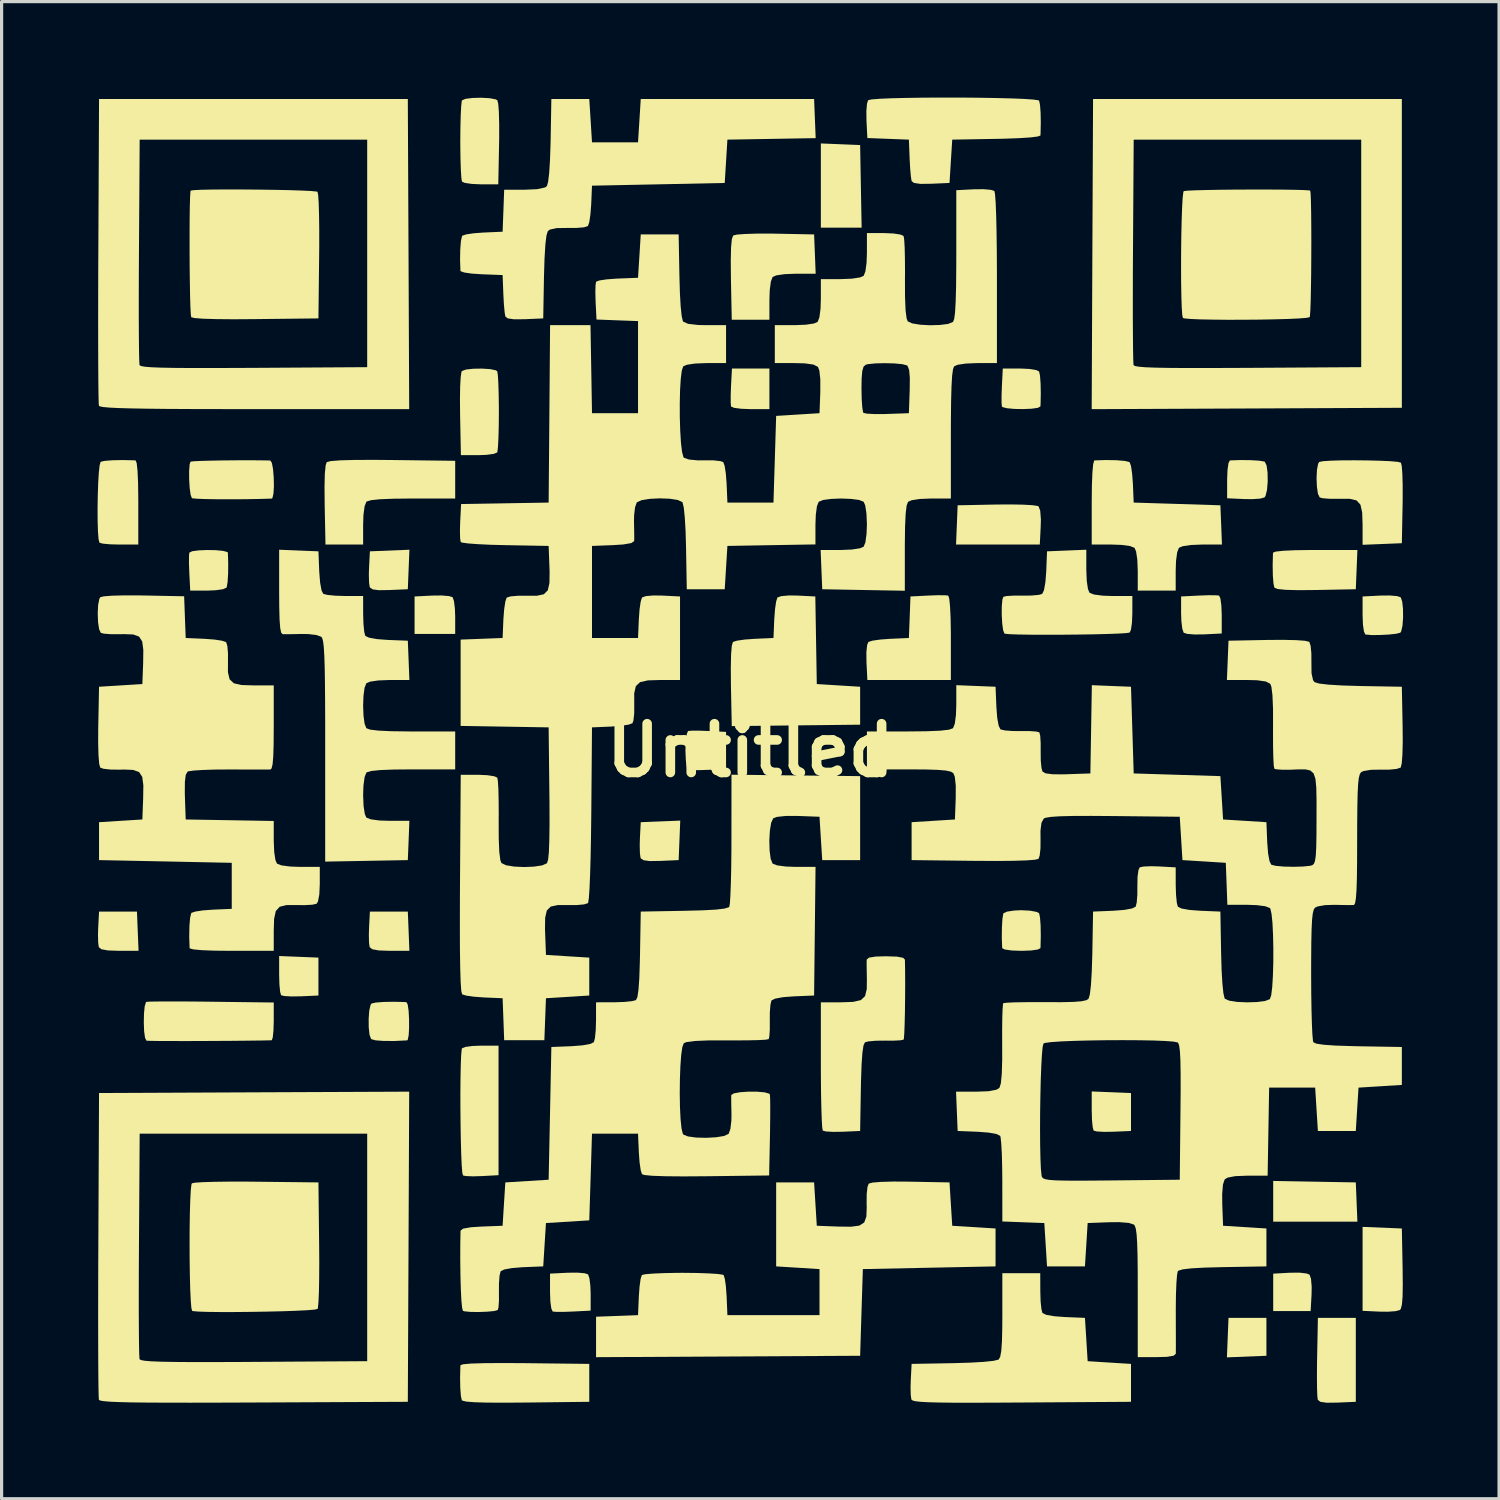
<source format=kicad_pcb>
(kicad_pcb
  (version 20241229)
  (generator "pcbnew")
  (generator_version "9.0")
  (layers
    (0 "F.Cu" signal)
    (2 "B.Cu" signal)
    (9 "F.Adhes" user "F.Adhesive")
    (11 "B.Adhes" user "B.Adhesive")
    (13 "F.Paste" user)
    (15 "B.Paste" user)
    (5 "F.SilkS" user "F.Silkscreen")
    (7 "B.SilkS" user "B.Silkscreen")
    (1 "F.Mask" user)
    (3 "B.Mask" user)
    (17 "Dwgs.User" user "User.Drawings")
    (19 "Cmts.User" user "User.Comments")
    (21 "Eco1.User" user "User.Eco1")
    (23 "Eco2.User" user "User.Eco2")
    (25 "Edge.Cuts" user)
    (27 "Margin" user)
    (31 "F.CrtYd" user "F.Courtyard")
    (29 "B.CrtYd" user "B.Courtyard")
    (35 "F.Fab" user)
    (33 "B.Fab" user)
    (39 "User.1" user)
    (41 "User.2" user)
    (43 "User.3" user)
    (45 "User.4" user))
  (footprint "Untitled"
    (layer "F.Cu")
    (at 20.408 20.407)
    (property "Reference" "Untitled" (at 0 0 0) (layer "F.SilkS") (effects (font (size 1.524 1.524) (thickness 0.3))))
    (attr board_only exclude_from_pos_files exclude_from_bom)
    (fp_poly (pts (xy 16.129 18.923) (xy 14.894 18.973) (xy 14.919 18.355) (xy 14.944 17.738) (xy 16.129 17.738)) (stroke (width 0) (type solid)) (fill yes) (layer "F.SilkS"))
    (fp_poly (pts (xy 2.815 -18.948) (xy 3.429 -18.923) (xy 3.452 -17.632) (xy 3.476 -16.341) (xy 2.201 -16.341) (xy 2.201 -18.973)) (stroke (width 0) (type solid)) (fill yes) (layer "F.SilkS"))
    (fp_poly (pts (xy 17.632 13.481) (xy 18.923 13.504) (xy 18.948 14.118) (xy 18.973 14.732) (xy 16.341 14.732) (xy 16.341 13.458)) (stroke (width 0) (type solid)) (fill yes) (layer "F.SilkS"))
    (fp_poly (pts (xy -19.127 6.265) (xy -19.726 6.265) (xy -20.081 6.253) (xy -20.289 6.215) (xy -20.37 6.15) (xy -20.389 6.007) (xy -20.395 5.757) (xy -20.388 5.536) (xy -20.362 5.038) (xy -19.177 5.038)) (stroke (width 0) (type solid)) (fill yes) (layer "F.SilkS"))
    (fp_poly (pts (xy -9.417 -4.823) (xy -9.309 -4.788) (xy -9.267 -4.666) (xy -9.238 -4.43) (xy -9.229 -4.174) (xy -9.229 -3.641) (xy -10.499 -3.641) (xy -10.499 -4.812) (xy -9.944 -4.84) (xy -9.647 -4.843)) (stroke (width 0) (type solid)) (fill yes) (layer "F.SilkS"))
    (fp_poly (pts (xy 17.391 16.352) (xy 17.478 16.389) (xy 17.523 16.521) (xy 17.544 16.769) (xy 17.54 17.003) (xy 17.511 17.526) (xy 16.341 17.526) (xy 16.341 16.356) (xy 16.864 16.327) (xy 17.167 16.325)) (stroke (width 0) (type solid)) (fill yes) (layer "F.SilkS"))
    (fp_poly (pts (xy -10.685 5.652) (xy -10.661 6.265) (xy -11.26 6.265) (xy -11.614 6.253) (xy -11.822 6.215) (xy -11.903 6.15) (xy -11.923 6.007) (xy -11.928 5.757) (xy -11.921 5.536) (xy -11.896 5.038) (xy -10.71 5.038)) (stroke (width 0) (type solid)) (fill yes) (layer "F.SilkS"))
    (fp_poly (pts (xy 0.593 -10.668) (xy 0.007 -10.668) (xy -0.288 -10.679) (xy -0.508 -10.708) (xy -0.606 -10.749) (xy -0.607 -10.751) (xy -0.617 -10.873) (xy -0.617 -11.111) (xy -0.607 -11.386) (xy -0.578 -11.938) (xy 0.593 -11.938)) (stroke (width 0) (type solid)) (fill yes) (layer "F.SilkS"))
    (fp_poly (pts (xy -14.118 6.452) (xy -13.504 6.477) (xy -13.504 7.662) (xy -14.058 7.687) (xy -14.351 7.691) (xy -14.573 7.678) (xy -14.672 7.652) (xy -14.702 7.542) (xy -14.724 7.313) (xy -14.732 7.013) (xy -14.732 7.01) (xy -14.732 6.427)) (stroke (width 0) (type solid)) (fill yes) (layer "F.SilkS"))
    (fp_poly (pts (xy -10.71 -5.038) (xy -11.283 -5.013) (xy -11.614 -5.008) (xy -11.807 -5.033) (xy -11.895 -5.093) (xy -11.901 -5.107) (xy -11.922 -5.252) (xy -11.928 -5.504) (xy -11.921 -5.724) (xy -11.896 -6.223) (xy -11.278 -6.248) (xy -10.66 -6.273)) (stroke (width 0) (type solid)) (fill yes) (layer "F.SilkS"))
    (fp_poly (pts (xy 8.524 -7.682) (xy 8.816 -7.665) (xy 8.983 -7.64) (xy 9.005 -7.63) (xy 9.058 -7.495) (xy 9.079 -7.221) (xy 9.073 -6.992) (xy 9.045 -6.435) (xy 6.427 -6.435) (xy 6.477 -7.662) (xy 7.693 -7.686) (xy 8.138 -7.689)) (stroke (width 0) (type solid)) (fill yes) (layer "F.SilkS"))
    (fp_poly (pts (xy 11.282 10.685) (xy 11.896 10.71) (xy 11.896 11.896) (xy 11.342 11.92) (xy 11.049 11.924) (xy 10.827 11.911) (xy 10.728 11.885) (xy 10.698 11.776) (xy 10.676 11.547) (xy 10.668 11.247) (xy 10.668 11.243) (xy 10.668 10.661)) (stroke (width 0) (type solid)) (fill yes) (layer "F.SilkS"))
    (fp_poly (pts (xy 20.362 14.944) (xy 20.386 16.18) (xy 20.391 16.702) (xy 20.385 17.075) (xy 20.365 17.319) (xy 20.331 17.454) (xy 20.301 17.493) (xy 20.164 17.529) (xy 19.916 17.546) (xy 19.664 17.543) (xy 19.135 17.518) (xy 19.135 14.894)) (stroke (width 0) (type solid)) (fill yes) (layer "F.SilkS"))
    (fp_poly (pts (xy -2.219 2.811) (xy -2.244 3.429) (xy -2.816 3.454) (xy -3.147 3.459) (xy -3.341 3.433) (xy -3.428 3.373) (xy -3.435 3.36) (xy -3.455 3.214) (xy -3.461 2.962) (xy -3.455 2.742) (xy -3.429 2.244) (xy -2.811 2.219) (xy -2.194 2.194)) (stroke (width 0) (type solid)) (fill yes) (layer "F.SilkS"))
    (fp_poly (pts (xy 18.923 20.362) (xy 18.35 20.387) (xy 18.013 20.391) (xy 17.817 20.363) (xy 17.735 20.301) (xy 17.734 20.299) (xy 17.72 20.177) (xy 17.711 19.919) (xy 17.708 19.56) (xy 17.711 19.132) (xy 17.714 18.961) (xy 17.738 17.738) (xy 18.923 17.738)) (stroke (width 0) (type solid)) (fill yes) (layer "F.SilkS"))
    (fp_poly (pts (xy -5.184 16.343) (xy -5.075 16.379) (xy -5.033 16.501) (xy -5.004 16.737) (xy -4.995 16.985) (xy -4.995 17.512) (xy -5.547 17.54) (xy -5.844 17.551) (xy -6.075 17.55) (xy -6.182 17.54) (xy -6.224 17.448) (xy -6.254 17.232) (xy -6.265 16.94) (xy -6.265 16.934) (xy -6.265 16.355) (xy -5.71 16.327) (xy -5.414 16.324)) (stroke (width 0) (type solid)) (fill yes) (layer "F.SilkS"))
    (fp_poly (pts (xy -1.589 -0.617) (xy -1.314 -0.607) (xy -0.762 -0.578) (xy -0.762 0.578) (xy -1.314 0.607) (xy -1.611 0.617) (xy -1.841 0.617) (xy -1.949 0.607) (xy -1.991 0.514) (xy -2.02 0.299) (xy -2.032 0.007) (xy -2.032 0) (xy -2.021 -0.293) (xy -1.991 -0.511) (xy -1.95 -0.606) (xy -1.949 -0.607) (xy -1.827 -0.617)) (stroke (width 0) (type solid)) (fill yes) (layer "F.SilkS"))
    (fp_poly (pts (xy 14.541 -4.85) (xy 14.649 -4.84) (xy 14.691 -4.748) (xy 14.72 -4.532) (xy 14.732 -4.24) (xy 14.732 -4.234) (xy 14.732 -3.655) (xy 14.177 -3.627) (xy 13.88 -3.624) (xy 13.65 -3.643) (xy 13.542 -3.679) (xy 13.5 -3.801) (xy 13.471 -4.037) (xy 13.462 -4.285) (xy 13.462 -4.812) (xy 14.014 -4.84) (xy 14.311 -4.851)) (stroke (width 0) (type solid)) (fill yes) (layer "F.SilkS"))
    (fp_poly (pts (xy 18.923 -5.038) (xy 17.681 -5.014) (xy 17.123 -5.009) (xy 16.726 -5.02) (xy 16.481 -5.045) (xy 16.379 -5.086) (xy 16.379 -5.087) (xy 16.349 -5.218) (xy 16.33 -5.467) (xy 16.324 -5.783) (xy 16.332 -6.113) (xy 16.335 -6.181) (xy 16.42 -6.215) (xy 16.659 -6.241) (xy 17.038 -6.258) (xy 17.542 -6.265) (xy 17.657 -6.265) (xy 18.973 -6.265)) (stroke (width 0) (type solid)) (fill yes) (layer "F.SilkS"))
    (fp_poly (pts (xy -7.048 19.154) (xy -5.038 19.177) (xy -5.038 20.362) (xy -7 20.385) (xy -7.702 20.39) (xy -8.245 20.387) (xy -8.637 20.375) (xy -8.889 20.354) (xy -9.01 20.323) (xy -9.022 20.313) (xy -9.051 20.181) (xy -9.07 19.932) (xy -9.076 19.615) (xy -9.068 19.282) (xy -9.065 19.218) (xy -8.978 19.188) (xy -8.726 19.166) (xy -8.311 19.154) (xy -7.736 19.15)) (stroke (width 0) (type solid)) (fill yes) (layer "F.SilkS"))
    (fp_poly (pts (xy -16.711 -6.259) (xy -16.483 -6.237) (xy -16.35 -6.2) (xy -16.335 -6.181) (xy -16.324 -5.857) (xy -16.327 -5.536) (xy -16.343 -5.268) (xy -16.37 -5.106) (xy -16.377 -5.089) (xy -16.488 -5.039) (xy -16.719 -5.006) (xy -16.973 -4.995) (xy -17.512 -4.995) (xy -17.54 -5.547) (xy -17.551 -5.844) (xy -17.55 -6.075) (xy -17.54 -6.182) (xy -17.449 -6.226) (xy -17.246 -6.253) (xy -16.983 -6.264)) (stroke (width 0) (type solid)) (fill yes) (layer "F.SilkS"))
    (fp_poly (pts (xy 8.721 -11.924) (xy 8.937 -11.888) (xy 9.023 -11.844) (xy 9.051 -11.715) (xy 9.07 -11.467) (xy 9.076 -11.154) (xy 9.069 -10.826) (xy 9.065 -10.753) (xy 8.986 -10.709) (xy 8.79 -10.681) (xy 8.53 -10.67) (xy 8.257 -10.674) (xy 8.023 -10.695) (xy 7.88 -10.731) (xy 7.86 -10.751) (xy 7.849 -10.873) (xy 7.85 -11.111) (xy 7.86 -11.386) (xy 7.888 -11.938) (xy 8.427 -11.938)) (stroke (width 0) (type solid)) (fill yes) (layer "F.SilkS"))
    (fp_poly (pts (xy 15.631 -9.073) (xy 15.898 -9.057) (xy 16.06 -9.03) (xy 16.078 -9.023) (xy 16.135 -8.905) (xy 16.165 -8.681) (xy 16.169 -8.408) (xy 16.148 -8.147) (xy 16.102 -7.958) (xy 16.066 -7.906) (xy 15.929 -7.87) (xy 15.682 -7.854) (xy 15.431 -7.857) (xy 14.901 -7.882) (xy 14.901 -8.471) (xy 14.913 -8.771) (xy 14.943 -8.982) (xy 14.986 -9.065) (xy 14.986 -9.065) (xy 15.31 -9.076)) (stroke (width 0) (type solid)) (fill yes) (layer "F.SilkS"))
    (fp_poly (pts (xy -7.874 13.278) (xy -8.391 13.306) (xy -8.677 13.314) (xy -8.896 13.305) (xy -8.986 13.286) (xy -9.008 13.192) (xy -9.026 12.958) (xy -9.041 12.613) (xy -9.053 12.186) (xy -9.061 11.706) (xy -9.066 11.202) (xy -9.067 10.704) (xy -9.063 10.241) (xy -9.055 9.841) (xy -9.043 9.534) (xy -9.026 9.349) (xy -9.016 9.311) (xy -8.911 9.269) (xy -8.687 9.239) (xy -8.419 9.229) (xy -7.874 9.229)) (stroke (width 0) (type solid)) (fill yes) (layer "F.SilkS"))
    (fp_poly (pts (xy 20.216 -4.823) (xy 20.325 -4.788) (xy 20.373 -4.657) (xy 20.398 -4.426) (xy 20.401 -4.153) (xy 20.382 -3.898) (xy 20.342 -3.721) (xy 20.312 -3.678) (xy 20.182 -3.646) (xy 19.946 -3.621) (xy 19.667 -3.607) (xy 19.409 -3.606) (xy 19.235 -3.622) (xy 19.219 -3.627) (xy 19.177 -3.719) (xy 19.146 -3.934) (xy 19.135 -4.226) (xy 19.135 -4.233) (xy 19.135 -4.812) (xy 19.69 -4.84) (xy 19.986 -4.843)) (stroke (width 0) (type solid)) (fill yes) (layer "F.SilkS"))
    (fp_poly (pts (xy 6.076 -4.85) (xy 6.182 -4.84) (xy 6.214 -4.747) (xy 6.239 -4.507) (xy 6.257 -4.141) (xy 6.265 -3.67) (xy 6.265 -3.507) (xy 6.265 -2.201) (xy 3.655 -2.201) (xy 3.627 -2.759) (xy 3.624 -3.07) (xy 3.648 -3.297) (xy 3.687 -3.39) (xy 3.811 -3.43) (xy 4.052 -3.465) (xy 4.359 -3.488) (xy 4.364 -3.488) (xy 4.953 -3.514) (xy 4.978 -4.163) (xy 5.002 -4.812) (xy 5.551 -4.84) (xy 5.847 -4.851)) (stroke (width 0) (type solid)) (fill yes) (layer "F.SilkS"))
    (fp_poly (pts (xy -11.191 -9.077) (xy -9.229 -9.053) (xy -9.229 -7.874) (xy -10.566 -7.874) (xy -11.153 -7.868) (xy -11.581 -7.851) (xy -11.859 -7.822) (xy -11.996 -7.78) (xy -12.006 -7.772) (xy -12.061 -7.631) (xy -12.097 -7.361) (xy -12.107 -7.053) (xy -12.107 -6.435) (xy -13.284 -6.435) (xy -13.309 -7.678) (xy -13.314 -8.237) (xy -13.304 -8.653) (xy -13.278 -8.915) (xy -13.244 -9.011) (xy -13.122 -9.044) (xy -12.832 -9.067) (xy -12.375 -9.08) (xy -11.748 -9.082)) (stroke (width 0) (type solid)) (fill yes) (layer "F.SilkS"))
    (fp_poly (pts (xy -10.826 7.865) (xy -10.753 7.869) (xy -10.713 7.947) (xy -10.685 8.142) (xy -10.671 8.402) (xy -10.67 8.673) (xy -10.683 8.905) (xy -10.712 9.045) (xy -10.732 9.064) (xy -11.12 9.083) (xy -11.464 9.082) (xy -11.722 9.062) (xy -11.855 9.024) (xy -11.858 9.021) (xy -11.907 8.89) (xy -11.932 8.659) (xy -11.934 8.386) (xy -11.915 8.131) (xy -11.874 7.953) (xy -11.844 7.911) (xy -11.715 7.882) (xy -11.467 7.863) (xy -11.154 7.857)) (stroke (width 0) (type solid)) (fill yes) (layer "F.SilkS"))
    (fp_poly (pts (xy 0.774 -16.153) (xy 1.99 -16.129) (xy 2.015 -15.515) (xy 2.039 -14.901) (xy 1.418 -14.901) (xy 1.065 -14.887) (xy 0.809 -14.849) (xy 0.694 -14.8) (xy 0.639 -14.659) (xy 0.603 -14.388) (xy 0.593 -14.08) (xy 0.593 -13.462) (xy -0.584 -13.462) (xy -0.61 -14.739) (xy -0.615 -15.311) (xy -0.606 -15.723) (xy -0.581 -15.981) (xy -0.54 -16.095) (xy -0.539 -16.096) (xy -0.423 -16.124) (xy -0.17 -16.143) (xy 0.187 -16.154) (xy 0.616 -16.155)) (stroke (width 0) (type solid)) (fill yes) (layer "F.SilkS"))
    (fp_poly (pts (xy 8.744 5.01) (xy 8.948 5.049) (xy 9.023 5.089) (xy 9.051 5.219) (xy 9.07 5.466) (xy 9.076 5.779) (xy 9.069 6.107) (xy 9.065 6.181) (xy 8.984 6.224) (xy 8.773 6.254) (xy 8.473 6.265) (xy 8.467 6.265) (xy 8.165 6.254) (xy 7.952 6.224) (xy 7.869 6.182) (xy 7.869 6.181) (xy 7.857 5.857) (xy 7.861 5.536) (xy 7.877 5.268) (xy 7.903 5.106) (xy 7.911 5.089) (xy 8.021 5.039) (xy 8.246 5.005) (xy 8.467 4.995)) (stroke (width 0) (type solid)) (fill yes) (layer "F.SilkS"))
    (fp_poly (pts (xy -19.293 -9.069) (xy -19.219 -9.065) (xy -19.185 -8.98) (xy -19.159 -8.741) (xy -19.142 -8.362) (xy -19.135 -7.858) (xy -19.135 -7.747) (xy -19.135 -6.435) (xy -19.713 -6.435) (xy -20.012 -6.442) (xy -20.24 -6.463) (xy -20.348 -6.491) (xy -20.348 -6.491) (xy -20.377 -6.601) (xy -20.396 -6.841) (xy -20.406 -7.173) (xy -20.408 -7.56) (xy -20.402 -7.965) (xy -20.389 -8.351) (xy -20.369 -8.68) (xy -20.343 -8.916) (xy -20.312 -9.022) (xy -20.311 -9.023) (xy -20.181 -9.051) (xy -19.934 -9.07) (xy -19.621 -9.076)) (stroke (width 0) (type solid)) (fill yes) (layer "F.SilkS"))
    (fp_poly (pts (xy -8.159 -20.388) (xy -7.967 -20.353) (xy -7.912 -20.324) (xy -7.884 -20.213) (xy -7.864 -19.96) (xy -7.854 -19.594) (xy -7.854 -19.143) (xy -7.857 -18.97) (xy -7.882 -17.695) (xy -8.424 -17.695) (xy -8.711 -17.708) (xy -8.927 -17.74) (xy -9.017 -17.78) (xy -9.036 -17.892) (xy -9.052 -18.139) (xy -9.064 -18.49) (xy -9.069 -18.91) (xy -9.07 -19.05) (xy -9.066 -19.485) (xy -9.056 -19.861) (xy -9.041 -20.144) (xy -9.023 -20.302) (xy -9.017 -20.32) (xy -8.907 -20.368) (xy -8.688 -20.395) (xy -8.419 -20.402)) (stroke (width 0) (type solid)) (fill yes) (layer "F.SilkS"))
    (fp_poly (pts (xy -8.138 -11.919) (xy -7.96 -11.882) (xy -7.916 -11.853) (xy -7.897 -11.742) (xy -7.881 -11.494) (xy -7.87 -11.143) (xy -7.864 -10.723) (xy -7.864 -10.583) (xy -7.867 -10.148) (xy -7.877 -9.773) (xy -7.892 -9.489) (xy -7.91 -9.332) (xy -7.916 -9.314) (xy -8.022 -9.27) (xy -8.247 -9.239) (xy -8.51 -9.229) (xy -9.051 -9.229) (xy -9.076 -10.503) (xy -9.08 -10.978) (xy -9.074 -11.377) (xy -9.057 -11.672) (xy -9.032 -11.837) (xy -9.021 -11.858) (xy -8.893 -11.905) (xy -8.664 -11.931) (xy -8.392 -11.935)) (stroke (width 0) (type solid)) (fill yes) (layer "F.SilkS"))
    (fp_poly (pts (xy 1.472 -4.84) (xy 2.028 -4.812) (xy 2.051 -3.443) (xy 2.074 -2.074) (xy 2.752 -2.032) (xy 3.429 -1.99) (xy 3.429 -0.804) (xy 1.422 -0.782) (xy -0.584 -0.759) (xy -0.61 -2.038) (xy -0.614 -2.589) (xy -0.605 -3.006) (xy -0.582 -3.277) (xy -0.547 -3.39) (xy -0.423 -3.43) (xy -0.181 -3.465) (xy 0.126 -3.488) (xy 0.131 -3.488) (xy 0.72 -3.514) (xy 0.745 -4.103) (xy 0.768 -4.41) (xy 0.803 -4.653) (xy 0.843 -4.779) (xy 0.843 -4.78) (xy 0.964 -4.823) (xy 1.206 -4.844)) (stroke (width 0) (type solid)) (fill yes) (layer "F.SilkS"))
    (fp_poly (pts (xy -15.214 -9.066) (xy -15.007 -9.062) (xy -14.959 -8.985) (xy -14.923 -8.792) (xy -14.902 -8.535) (xy -14.896 -8.264) (xy -14.909 -8.033) (xy -14.941 -7.892) (xy -14.965 -7.871) (xy -15.36 -7.86) (xy -15.799 -7.852) (xy -16.246 -7.85) (xy -16.668 -7.851) (xy -17.032 -7.857) (xy -17.303 -7.867) (xy -17.447 -7.881) (xy -17.459 -7.885) (xy -17.499 -7.988) (xy -17.529 -8.202) (xy -17.545 -8.471) (xy -17.546 -8.737) (xy -17.53 -8.943) (xy -17.503 -9.026) (xy -17.411 -9.038) (xy -17.184 -9.049) (xy -16.856 -9.058) (xy -16.461 -9.065) (xy -16.032 -9.069) (xy -15.605 -9.07)) (stroke (width 0) (type solid)) (fill yes) (layer "F.SilkS"))
    (fp_poly (pts (xy -17.694 7.848) (xy -17.161 7.852) (xy -16.849 7.856) (xy -14.901 7.88) (xy -14.901 8.47) (xy -14.91 8.761) (xy -14.932 8.973) (xy -14.963 9.061) (xy -14.965 9.061) (xy -15.285 9.068) (xy -15.696 9.073) (xy -16.172 9.078) (xy -16.682 9.081) (xy -17.199 9.084) (xy -17.694 9.085) (xy -18.137 9.084) (xy -18.501 9.083) (xy -18.757 9.079) (xy -18.877 9.074) (xy -18.881 9.073) (xy -18.925 8.981) (xy -18.953 8.773) (xy -18.963 8.504) (xy -18.957 8.229) (xy -18.935 7.999) (xy -18.895 7.87) (xy -18.881 7.86) (xy -18.776 7.853) (xy -18.526 7.849) (xy -18.157 7.847)) (stroke (width 0) (type solid)) (fill yes) (layer "F.SilkS"))
    (fp_poly (pts (xy 20.362 -10.71) (xy 15.514 -10.688) (xy 10.667 -10.667) (xy 10.682 -14.166) (xy 11.953 -14.166) (xy 11.953 -13.533) (xy 11.956 -12.989) (xy 11.96 -12.551) (xy 11.966 -12.237) (xy 11.973 -12.067) (xy 11.977 -12.043) (xy 12.021 -12.016) (xy 12.139 -11.994) (xy 12.343 -11.977) (xy 12.646 -11.965) (xy 13.061 -11.957) (xy 13.601 -11.953) (xy 14.279 -11.953) (xy 15.108 -11.956) (xy 15.555 -11.958) (xy 19.092 -11.98) (xy 19.092 -19.092) (xy 11.98 -19.092) (xy 11.958 -15.621) (xy 11.954 -14.868) (xy 11.953 -14.166) (xy 10.682 -14.166) (xy 10.688 -15.514) (xy 10.71 -20.362) (xy 20.362 -20.362)) (stroke (width 0) (type solid)) (fill yes) (layer "F.SilkS"))
    (fp_poly (pts (xy 19.293 -9.065) (xy 19.68 -9.055) (xy 20.008 -9.04) (xy 20.239 -9.019) (xy 20.334 -8.994) (xy 20.36 -8.887) (xy 20.378 -8.642) (xy 20.388 -8.293) (xy 20.388 -7.872) (xy 20.386 -7.698) (xy 20.362 -6.477) (xy 19.135 -6.427) (xy 19.135 -7.056) (xy 19.122 -7.438) (xy 19.068 -7.682) (xy 18.945 -7.815) (xy 18.726 -7.866) (xy 18.392 -7.866) (xy 18.106 -7.865) (xy 17.884 -7.883) (xy 17.795 -7.907) (xy 17.74 -8.021) (xy 17.707 -8.243) (xy 17.696 -8.513) (xy 17.709 -8.772) (xy 17.745 -8.961) (xy 17.78 -9.017) (xy 17.901 -9.041) (xy 18.151 -9.057) (xy 18.491 -9.067) (xy 18.884 -9.069)) (stroke (width 0) (type solid)) (fill yes) (layer "F.SilkS"))
    (fp_poly (pts (xy 11.437 -9.071) (xy 11.698 -9.049) (xy 11.844 -9.014) (xy 11.855 -9.006) (xy 11.896 -8.89) (xy 11.931 -8.654) (xy 11.954 -8.35) (xy 11.955 -8.34) (xy 11.98 -7.747) (xy 13.335 -7.705) (xy 14.69 -7.662) (xy 14.715 -7.048) (xy 14.739 -6.435) (xy 14.118 -6.435) (xy 13.765 -6.421) (xy 13.509 -6.382) (xy 13.394 -6.333) (xy 13.339 -6.192) (xy 13.303 -5.921) (xy 13.293 -5.613) (xy 13.293 -4.995) (xy 12.107 -4.995) (xy 12.107 -5.613) (xy 12.093 -5.964) (xy 12.055 -6.219) (xy 12.006 -6.333) (xy 11.865 -6.388) (xy 11.594 -6.424) (xy 11.286 -6.435) (xy 10.668 -6.435) (xy 10.668 -7.747) (xy 10.673 -8.274) (xy 10.689 -8.678) (xy 10.713 -8.945) (xy 10.745 -9.061) (xy 10.753 -9.065) (xy 11.107 -9.077)) (stroke (width 0) (type solid)) (fill yes) (layer "F.SilkS"))
    (fp_poly (pts (xy -15.903 -17.534) (xy -15.399 -17.53) (xy -14.901 -17.523) (xy -14.44 -17.514) (xy -14.044 -17.501) (xy -13.743 -17.487) (xy -13.565 -17.47) (xy -13.532 -17.46) (xy -13.512 -17.358) (xy -13.496 -17.111) (xy -13.485 -16.745) (xy -13.479 -16.284) (xy -13.479 -15.753) (xy -13.482 -15.446) (xy -13.504 -13.504) (xy -15.467 -13.482) (xy -16.139 -13.477) (xy -16.688 -13.482) (xy -17.102 -13.494) (xy -17.37 -13.514) (xy -17.48 -13.541) (xy -17.481 -13.543) (xy -17.495 -13.646) (xy -17.507 -13.887) (xy -17.517 -14.238) (xy -17.524 -14.668) (xy -17.53 -15.149) (xy -17.532 -15.652) (xy -17.532 -16.148) (xy -17.53 -16.606) (xy -17.525 -16.998) (xy -17.516 -17.295) (xy -17.505 -17.467) (xy -17.498 -17.498) (xy -17.4 -17.513) (xy -17.162 -17.525) (xy -16.814 -17.532) (xy -16.384 -17.535)) (stroke (width 0) (type solid)) (fill yes) (layer "F.SilkS"))
    (fp_poly (pts (xy -15.753 13.479) (xy -15.446 13.482) (xy -13.504 13.504) (xy -13.482 15.446) (xy -13.478 16.004) (xy -13.481 16.506) (xy -13.489 16.926) (xy -13.503 17.241) (xy -13.52 17.424) (xy -13.531 17.46) (xy -13.633 17.481) (xy -13.873 17.5) (xy -14.224 17.517) (xy -14.655 17.532) (xy -15.137 17.543) (xy -15.64 17.551) (xy -16.134 17.556) (xy -16.59 17.556) (xy -16.978 17.551) (xy -17.268 17.541) (xy -17.431 17.526) (xy -17.453 17.519) (xy -17.477 17.423) (xy -17.496 17.187) (xy -17.512 16.84) (xy -17.523 16.411) (xy -17.53 15.93) (xy -17.532 15.425) (xy -17.53 14.926) (xy -17.523 14.462) (xy -17.511 14.062) (xy -17.495 13.755) (xy -17.474 13.57) (xy -17.46 13.532) (xy -17.358 13.512) (xy -17.111 13.496) (xy -16.745 13.485) (xy -16.284 13.479)) (stroke (width 0) (type solid)) (fill yes) (layer "F.SilkS"))
    (fp_poly (pts (xy 9.061 16.912) (xy 9.07 17.218) (xy 9.095 17.461) (xy 9.127 17.585) (xy 9.244 17.643) (xy 9.494 17.687) (xy 9.824 17.712) (xy 10.456 17.738) (xy 10.499 18.415) (xy 10.541 19.092) (xy 11.218 19.135) (xy 11.896 19.177) (xy 11.896 20.362) (xy 8.486 20.384) (xy 7.615 20.389) (xy 6.9 20.391) (xy 6.325 20.39) (xy 5.877 20.384) (xy 5.541 20.375) (xy 5.302 20.361) (xy 5.147 20.342) (xy 5.061 20.317) (xy 5.031 20.29) (xy 5.011 20.146) (xy 5.005 19.896) (xy 5.012 19.676) (xy 5.038 19.177) (xy 6.344 19.154) (xy 6.866 19.138) (xy 7.288 19.114) (xy 7.591 19.082) (xy 7.75 19.045) (xy 7.762 19.037) (xy 7.808 18.952) (xy 7.841 18.77) (xy 7.862 18.474) (xy 7.872 18.041) (xy 7.874 17.643) (xy 7.874 16.341) (xy 9.059 16.341)) (stroke (width 0) (type solid)) (fill yes) (layer "F.SilkS"))
    (fp_poly (pts (xy 6.54 -20.407) (xy 7.117 -20.402) (xy 7.661 -20.393) (xy 8.146 -20.381) (xy 8.549 -20.365) (xy 8.842 -20.345) (xy 9.002 -20.322) (xy 9.023 -20.311) (xy 9.051 -20.182) (xy 9.07 -19.936) (xy 9.076 -19.625) (xy 9.069 -19.301) (xy 9.065 -19.221) (xy 8.981 -19.19) (xy 8.749 -19.161) (xy 8.389 -19.138) (xy 7.922 -19.121) (xy 7.684 -19.116) (xy 6.308 -19.092) (xy 6.265 -18.415) (xy 6.223 -17.738) (xy 5.65 -17.713) (xy 5.309 -17.709) (xy 5.111 -17.739) (xy 5.038 -17.797) (xy 5.016 -17.933) (xy 4.993 -18.184) (xy 4.976 -18.496) (xy 4.976 -18.5) (xy 4.953 -19.092) (xy 4.304 -19.117) (xy 3.655 -19.142) (xy 3.627 -19.693) (xy 3.624 -19.989) (xy 3.644 -20.218) (xy 3.679 -20.325) (xy 3.785 -20.349) (xy 4.034 -20.369) (xy 4.401 -20.385) (xy 4.86 -20.396) (xy 5.386 -20.404) (xy 5.954 -20.407)) (stroke (width 0) (type solid)) (fill yes) (layer "F.SilkS"))
    (fp_poly (pts (xy 10.499 -5.651) (xy 10.513 -5.298) (xy 10.551 -5.042) (xy 10.6 -4.928) (xy 10.741 -4.872) (xy 11.012 -4.837) (xy 11.32 -4.826) (xy 11.938 -4.826) (xy 11.938 -4.281) (xy 11.926 -3.992) (xy 11.895 -3.776) (xy 11.856 -3.685) (xy 11.747 -3.667) (xy 11.498 -3.652) (xy 11.141 -3.639) (xy 10.704 -3.628) (xy 10.219 -3.621) (xy 9.714 -3.616) (xy 9.22 -3.615) (xy 8.767 -3.617) (xy 8.386 -3.623) (xy 8.105 -3.633) (xy 7.955 -3.647) (xy 7.941 -3.652) (xy 7.899 -3.756) (xy 7.87 -3.972) (xy 7.855 -4.242) (xy 7.857 -4.51) (xy 7.876 -4.717) (xy 7.906 -4.801) (xy 8.011 -4.826) (xy 8.235 -4.839) (xy 8.487 -4.838) (xy 8.782 -4.841) (xy 9.014 -4.862) (xy 9.119 -4.891) (xy 9.176 -5.009) (xy 9.22 -5.259) (xy 9.246 -5.59) (xy 9.271 -6.223) (xy 9.885 -6.248) (xy 10.499 -6.273)) (stroke (width 0) (type solid)) (fill yes) (layer "F.SilkS"))
    (fp_poly (pts (xy 4.579 6.446) (xy 4.773 6.483) (xy 4.829 6.54) (xy 4.835 6.909) (xy 4.837 7.328) (xy 4.834 7.765) (xy 4.829 8.185) (xy 4.82 8.555) (xy 4.809 8.842) (xy 4.796 9.01) (xy 4.789 9.04) (xy 4.686 9.062) (xy 4.465 9.073) (xy 4.213 9.072) (xy 3.918 9.075) (xy 3.685 9.096) (xy 3.579 9.126) (xy 3.534 9.221) (xy 3.5 9.447) (xy 3.474 9.816) (xy 3.456 10.34) (xy 3.452 10.545) (xy 3.429 11.896) (xy 2.875 11.92) (xy 2.582 11.924) (xy 2.36 11.911) (xy 2.261 11.885) (xy 2.244 11.787) (xy 2.229 11.544) (xy 2.217 11.18) (xy 2.207 10.72) (xy 2.202 10.189) (xy 2.201 9.85) (xy 2.201 7.874) (xy 2.826 7.874) (xy 3.207 7.861) (xy 3.45 7.806) (xy 3.583 7.681) (xy 3.636 7.46) (xy 3.64 7.138) (xy 3.634 6.852) (xy 3.632 6.629) (xy 3.634 6.54) (xy 3.704 6.478) (xy 3.916 6.444) (xy 4.233 6.435)) (stroke (width 0) (type solid)) (fill yes) (layer "F.SilkS"))
    (fp_poly (pts (xy -10.688 -15.515) (xy -10.667 -10.668) (xy -15.496 -10.668) (xy -16.567 -10.669) (xy -17.48 -10.671) (xy -18.245 -10.675) (xy -18.873 -10.682) (xy -19.374 -10.691) (xy -19.76 -10.702) (xy -20.042 -10.716) (xy -20.23 -10.733) (xy -20.334 -10.754) (xy -20.366 -10.774) (xy -20.373 -10.876) (xy -20.379 -11.132) (xy -20.384 -11.526) (xy -20.387 -12.043) (xy -20.389 -12.666) (xy -20.39 -13.381) (xy -20.389 -14.166) (xy -19.12 -14.166) (xy -19.12 -13.533) (xy -19.117 -12.989) (xy -19.113 -12.551) (xy -19.107 -12.237) (xy -19.099 -12.067) (xy -19.096 -12.043) (xy -19.052 -12.016) (xy -18.934 -11.994) (xy -18.73 -11.977) (xy -18.427 -11.965) (xy -18.011 -11.957) (xy -17.471 -11.953) (xy -16.793 -11.953) (xy -15.965 -11.956) (xy -15.517 -11.958) (xy -11.98 -11.98) (xy -11.98 -19.092) (xy -19.092 -19.092) (xy -19.114 -15.621) (xy -19.118 -14.868) (xy -19.12 -14.166) (xy -20.389 -14.166) (xy -20.389 -14.171) (xy -20.387 -15.022) (xy -20.384 -15.621) (xy -20.362 -20.362) (xy -10.71 -20.362)) (stroke (width 0) (type solid)) (fill yes) (layer "F.SilkS"))
    (fp_poly (pts (xy 16.606 -17.53) (xy 16.998 -17.524) (xy 17.295 -17.516) (xy 17.467 -17.505) (xy 17.498 -17.498) (xy 17.511 -17.404) (xy 17.52 -17.169) (xy 17.527 -16.824) (xy 17.531 -16.397) (xy 17.533 -15.918) (xy 17.531 -15.416) (xy 17.528 -14.92) (xy 17.521 -14.459) (xy 17.513 -14.062) (xy 17.502 -13.759) (xy 17.49 -13.58) (xy 17.482 -13.544) (xy 17.388 -13.522) (xy 17.153 -13.503) (xy 16.807 -13.487) (xy 16.38 -13.475) (xy 15.9 -13.466) (xy 15.397 -13.462) (xy 14.9 -13.461) (xy 14.438 -13.466) (xy 14.04 -13.474) (xy 13.736 -13.488) (xy 13.555 -13.506) (xy 13.518 -13.518) (xy 13.497 -13.621) (xy 13.481 -13.863) (xy 13.47 -14.213) (xy 13.463 -14.644) (xy 13.461 -15.126) (xy 13.463 -15.629) (xy 13.469 -16.125) (xy 13.48 -16.585) (xy 13.494 -16.978) (xy 13.511 -17.276) (xy 13.532 -17.45) (xy 13.544 -17.482) (xy 13.647 -17.496) (xy 13.888 -17.508) (xy 14.238 -17.517) (xy 14.669 -17.525) (xy 15.15 -17.53) (xy 15.653 -17.532) (xy 16.148 -17.532)) (stroke (width 0) (type solid)) (fill yes) (layer "F.SilkS"))
    (fp_poly (pts (xy -10.688 15.514) (xy -10.71 20.362) (xy -15.518 20.384) (xy -16.582 20.388) (xy -17.489 20.39) (xy -18.248 20.389) (xy -18.871 20.386) (xy -19.369 20.38) (xy -19.753 20.37) (xy -20.033 20.358) (xy -20.221 20.341) (xy -20.329 20.322) (xy -20.366 20.3) (xy -20.373 20.197) (xy -20.379 19.941) (xy -20.384 19.547) (xy -20.387 19.03) (xy -20.389 18.407) (xy -20.39 17.692) (xy -20.389 16.907) (xy -19.12 16.907) (xy -19.12 17.539) (xy -19.117 18.084) (xy -19.113 18.522) (xy -19.107 18.835) (xy -19.099 19.006) (xy -19.096 19.03) (xy -19.052 19.057) (xy -18.934 19.079) (xy -18.73 19.096) (xy -18.427 19.108) (xy -18.011 19.116) (xy -17.471 19.12) (xy -16.793 19.12) (xy -15.965 19.117) (xy -15.517 19.114) (xy -11.98 19.092) (xy -11.98 11.98) (xy -19.092 11.98) (xy -19.114 15.452) (xy -19.118 16.205) (xy -19.12 16.907) (xy -20.389 16.907) (xy -20.389 16.901) (xy -20.387 16.05) (xy -20.384 15.452) (xy -20.362 10.71) (xy -15.514 10.688) (xy -10.667 10.667)) (stroke (width 0) (type solid)) (fill yes) (layer "F.SilkS"))
    (fp_poly (pts (xy 4.95 13.48) (xy 5.002 13.481) (xy 6.223 13.504) (xy 6.265 14.182) (xy 6.308 14.859) (xy 6.985 14.901) (xy 7.662 14.944) (xy 7.662 16.129) (xy 5.588 16.171) (xy 3.514 16.214) (xy 3.471 17.568) (xy 3.429 18.923) (xy -4.826 18.967) (xy -4.826 17.702) (xy -4.17 17.678) (xy -3.514 17.653) (xy -3.488 17.06) (xy -3.466 16.756) (xy -3.433 16.519) (xy -3.395 16.4) (xy -3.394 16.399) (xy -3.289 16.374) (xy -3.047 16.354) (xy -2.7 16.339) (xy -2.28 16.331) (xy -2.117 16.33) (xy -1.679 16.335) (xy -1.302 16.348) (xy -1.018 16.366) (xy -0.859 16.39) (xy -0.839 16.399) (xy -0.802 16.513) (xy -0.768 16.746) (xy -0.746 17.049) (xy -0.745 17.06) (xy -0.72 17.653) (xy 2.159 17.653) (xy 2.159 16.214) (xy 1.482 16.171) (xy 0.804 16.129) (xy 0.804 13.504) (xy 1.99 13.504) (xy 2.032 14.182) (xy 2.074 14.859) (xy 2.739 14.884) (xy 3.142 14.889) (xy 3.405 14.854) (xy 3.557 14.756) (xy 3.624 14.572) (xy 3.635 14.28) (xy 3.632 14.164) (xy 3.634 13.871) (xy 3.659 13.644) (xy 3.697 13.542) (xy 3.814 13.509) (xy 4.078 13.488) (xy 4.464 13.477)) (stroke (width 0) (type solid)) (fill yes) (layer "F.SilkS"))
    (fp_poly (pts (xy -4.995 -19.685) (xy -4.953 -19.008) (xy -3.514 -19.008) (xy -3.471 -19.685) (xy -3.429 -20.362) (xy 1.99 -20.362) (xy 2.039 -19.139) (xy -0.72 -19.092) (xy -0.804 -17.738) (xy -2.879 -17.695) (xy -4.953 -17.653) (xy -4.978 -17.06) (xy -5.002 -16.754) (xy -5.038 -16.514) (xy -5.08 -16.391) (xy -5.082 -16.39) (xy -5.201 -16.352) (xy -5.436 -16.332) (xy -5.698 -16.332) (xy -6.056 -16.327) (xy -6.269 -16.281) (xy -6.333 -16.234) (xy -6.376 -16.097) (xy -6.411 -15.804) (xy -6.437 -15.37) (xy -6.454 -14.811) (xy -6.477 -13.504) (xy -7.05 -13.479) (xy -7.391 -13.476) (xy -7.589 -13.505) (xy -7.662 -13.564) (xy -7.684 -13.7) (xy -7.707 -13.951) (xy -7.724 -14.263) (xy -7.724 -14.266) (xy -7.747 -14.859) (xy -8.403 -14.884) (xy -8.713 -14.905) (xy -8.946 -14.939) (xy -9.06 -14.98) (xy -9.065 -14.99) (xy -9.077 -15.334) (xy -9.071 -15.66) (xy -9.05 -15.923) (xy -9.016 -16.074) (xy -9.006 -16.089) (xy -8.89 -16.129) (xy -8.654 -16.165) (xy -8.35 -16.188) (xy -8.34 -16.188) (xy -7.747 -16.214) (xy -7.722 -16.87) (xy -7.698 -17.526) (xy -7.076 -17.526) (xy -6.672 -17.543) (xy -6.427 -17.595) (xy -6.363 -17.638) (xy -6.325 -17.767) (xy -6.292 -18.043) (xy -6.266 -18.445) (xy -6.249 -18.949) (xy -6.246 -19.056) (xy -6.223 -20.362) (xy -5.038 -20.362)) (stroke (width 0) (type solid)) (fill yes) (layer "F.SilkS"))
    (fp_poly (pts (xy -14.118 -6.248) (xy -13.504 -6.223) (xy -13.479 -5.59) (xy -13.452 -5.247) (xy -13.407 -5.002) (xy -13.352 -4.893) (xy -13.22 -4.86) (xy -12.973 -4.836) (xy -12.679 -4.827) (xy -12.107 -4.826) (xy -12.106 -4.255) (xy -12.096 -3.949) (xy -12.072 -3.705) (xy -12.04 -3.581) (xy -11.923 -3.524) (xy -11.673 -3.479) (xy -11.343 -3.454) (xy -10.71 -3.429) (xy -10.685 -2.815) (xy -10.661 -2.201) (xy -11.282 -2.201) (xy -11.635 -2.187) (xy -11.891 -2.149) (xy -12.006 -2.1) (xy -12.062 -1.958) (xy -12.096 -1.704) (xy -12.107 -1.394) (xy -12.095 -1.085) (xy -12.061 -0.833) (xy -12.006 -0.694) (xy -11.889 -0.65) (xy -11.633 -0.619) (xy -11.23 -0.6) (xy -10.668 -0.593) (xy -10.566 -0.593) (xy -9.229 -0.593) (xy -9.229 0.593) (xy -10.566 0.593) (xy -11.153 0.598) (xy -11.581 0.615) (xy -11.859 0.644) (xy -11.996 0.687) (xy -12.006 0.694) (xy -12.061 0.835) (xy -12.097 1.102) (xy -12.107 1.397) (xy -12.093 1.739) (xy -12.054 1.99) (xy -12.006 2.1) (xy -11.865 2.155) (xy -11.593 2.191) (xy -11.282 2.201) (xy -10.661 2.201) (xy -10.685 2.815) (xy -10.71 3.429) (xy -13.293 3.476) (xy -13.293 0.013) (xy -13.293 -0.864) (xy -13.296 -1.585) (xy -13.301 -2.167) (xy -13.309 -2.624) (xy -13.321 -2.97) (xy -13.336 -3.221) (xy -13.356 -3.392) (xy -13.381 -3.496) (xy -13.411 -3.548) (xy -13.415 -3.552) (xy -13.566 -3.607) (xy -13.825 -3.637) (xy -14.028 -3.64) (xy -14.315 -3.634) (xy -14.538 -3.632) (xy -14.626 -3.634) (xy -14.669 -3.681) (xy -14.699 -3.826) (xy -14.719 -4.09) (xy -14.729 -4.488) (xy -14.732 -4.957) (xy -14.732 -6.273)) (stroke (width 0) (type solid)) (fill yes) (layer "F.SilkS"))
    (fp_poly (pts (xy -19.144 -4.846) (xy -18.973 -4.843) (xy -17.702 -4.818) (xy -17.678 -4.166) (xy -17.653 -3.514) (xy -17.06 -3.488) (xy -16.754 -3.465) (xy -16.514 -3.428) (xy -16.391 -3.386) (xy -16.389 -3.384) (xy -16.351 -3.264) (xy -16.331 -3.029) (xy -16.332 -2.791) (xy -16.333 -2.444) (xy -16.281 -2.223) (xy -16.149 -2.098) (xy -15.906 -2.044) (xy -15.526 -2.032) (xy -14.901 -2.032) (xy -14.901 -0.72) (xy -14.905 -0.191) (xy -14.916 0.187) (xy -14.937 0.432) (xy -14.969 0.563) (xy -15.007 0.597) (xy -15.127 0.598) (xy -15.382 0.598) (xy -15.738 0.598) (xy -16.161 0.596) (xy -16.298 0.596) (xy -16.736 0.599) (xy -17.117 0.611) (xy -17.407 0.63) (xy -17.573 0.654) (xy -17.593 0.663) (xy -17.651 0.763) (xy -17.679 0.982) (xy -17.681 1.342) (xy -17.678 1.447) (xy -17.653 2.159) (xy -16.277 2.182) (xy -14.901 2.206) (xy -14.901 2.821) (xy -14.887 3.171) (xy -14.849 3.426) (xy -14.8 3.539) (xy -14.659 3.594) (xy -14.388 3.63) (xy -14.08 3.641) (xy -13.462 3.641) (xy -13.462 4.186) (xy -13.477 4.507) (xy -13.519 4.723) (xy -13.561 4.793) (xy -13.695 4.823) (xy -13.939 4.837) (xy -14.159 4.834) (xy -14.498 4.834) (xy -14.715 4.887) (xy -14.837 5.022) (xy -14.89 5.269) (xy -14.901 5.641) (xy -14.901 6.265) (xy -16.214 6.265) (xy -16.74 6.26) (xy -17.145 6.245) (xy -17.412 6.22) (xy -17.528 6.188) (xy -17.531 6.181) (xy -17.543 5.827) (xy -17.537 5.496) (xy -17.516 5.235) (xy -17.481 5.089) (xy -17.473 5.078) (xy -17.356 5.038) (xy -17.121 5.002) (xy -16.816 4.979) (xy -16.806 4.978) (xy -16.214 4.953) (xy -16.214 3.514) (xy -18.288 3.471) (xy -20.362 3.429) (xy -20.362 2.244) (xy -19.685 2.201) (xy -19.008 2.159) (xy -18.983 1.495) (xy -18.977 1.091) (xy -19.012 0.828) (xy -19.11 0.677) (xy -19.294 0.61) (xy -19.587 0.598) (xy -19.702 0.602) (xy -19.996 0.599) (xy -20.223 0.574) (xy -20.325 0.537) (xy -20.357 0.419) (xy -20.379 0.155) (xy -20.389 -0.231) (xy -20.387 -0.717) (xy -20.386 -0.769) (xy -20.362 -1.99) (xy -19.008 -2.074) (xy -18.983 -2.739) (xy -18.978 -3.142) (xy -19.013 -3.406) (xy -19.11 -3.557) (xy -19.293 -3.624) (xy -19.581 -3.635) (xy -19.686 -3.632) (xy -19.978 -3.632) (xy -20.206 -3.649) (xy -20.306 -3.674) (xy -20.36 -3.788) (xy -20.393 -4.011) (xy -20.403 -4.283) (xy -20.391 -4.544) (xy -20.353 -4.736) (xy -20.324 -4.788) (xy -20.213 -4.816) (xy -19.96 -4.836) (xy -19.594 -4.846)) (stroke (width 0) (type solid)) (fill yes) (layer "F.SilkS"))
    (fp_poly (pts (xy 1.418 0.782) (xy 3.429 0.804) (xy 3.429 3.429) (xy 2.244 3.429) (xy 2.201 2.752) (xy 2.159 2.074) (xy 1.495 2.049) (xy 1.099 2.049) (xy 0.825 2.079) (xy 0.712 2.123) (xy 0.648 2.261) (xy 0.607 2.511) (xy 0.59 2.819) (xy 0.599 3.129) (xy 0.632 3.387) (xy 0.692 3.537) (xy 0.694 3.539) (xy 0.835 3.594) (xy 1.106 3.63) (xy 1.415 3.641) (xy 2.035 3.641) (xy 1.99 7.662) (xy 1.357 7.688) (xy 1.016 7.714) (xy 0.769 7.76) (xy 0.658 7.815) (xy 0.625 7.949) (xy 0.606 8.194) (xy 0.605 8.446) (xy 0.605 8.73) (xy 0.591 8.941) (xy 0.57 9.026) (xy 0.472 9.043) (xy 0.235 9.056) (xy -0.108 9.063) (xy -0.526 9.065) (xy -0.722 9.064) (xy -1.309 9.065) (xy -1.732 9.083) (xy -1.992 9.116) (xy -2.082 9.151) (xy -2.129 9.272) (xy -2.165 9.525) (xy -2.19 9.876) (xy -2.205 10.287) (xy -2.21 10.722) (xy -2.203 11.146) (xy -2.185 11.521) (xy -2.155 11.813) (xy -2.114 11.983) (xy -2.1 12.006) (xy -1.952 12.067) (xy -1.695 12.102) (xy -1.384 12.11) (xy -1.075 12.093) (xy -0.823 12.052) (xy -0.682 11.986) (xy -0.682 11.985) (xy -0.627 11.834) (xy -0.596 11.575) (xy -0.593 11.372) (xy -0.599 11.085) (xy -0.601 10.862) (xy -0.6 10.774) (xy -0.52 10.721) (xy -0.324 10.685) (xy -0.063 10.667) (xy 0.21 10.668) (xy 0.445 10.689) (xy 0.587 10.73) (xy 0.607 10.751) (xy 0.615 10.862) (xy 0.619 11.109) (xy 0.618 11.461) (xy 0.613 11.884) (xy 0.61 12.061) (xy 0.584 13.287) (xy -1.366 13.311) (xy -2.089 13.316) (xy -2.656 13.311) (xy -3.065 13.297) (xy -3.312 13.273) (xy -3.39 13.247) (xy -3.43 13.123) (xy -3.465 12.881) (xy -3.488 12.574) (xy -3.488 12.569) (xy -3.514 11.98) (xy -4.953 11.98) (xy -4.995 13.335) (xy -5.038 14.69) (xy -6.392 14.774) (xy -6.435 15.452) (xy -6.477 16.129) (xy -7.11 16.154) (xy -7.451 16.181) (xy -7.697 16.226) (xy -7.809 16.281) (xy -7.842 16.415) (xy -7.861 16.661) (xy -7.862 16.913) (xy -7.861 17.197) (xy -7.875 17.408) (xy -7.897 17.492) (xy -8.008 17.524) (xy -8.228 17.545) (xy -8.496 17.555) (xy -8.754 17.552) (xy -8.94 17.533) (xy -8.988 17.518) (xy -9.013 17.422) (xy -9.036 17.186) (xy -9.053 16.84) (xy -9.065 16.416) (xy -9.071 15.942) (xy -9.07 15.448) (xy -9.062 15.011) (xy -8.979 14.948) (xy -8.733 14.905) (xy -8.403 14.884) (xy -7.747 14.859) (xy -7.705 14.182) (xy -7.662 13.504) (xy -6.308 13.42) (xy -6.265 11.345) (xy -6.223 9.271) (xy -5.59 9.246) (xy -5.247 9.219) (xy -5.002 9.174) (xy -4.893 9.119) (xy -4.86 8.986) (xy -4.836 8.739) (xy -4.827 8.445) (xy -4.826 7.874) (xy -4.255 7.873) (xy -3.948 7.863) (xy -3.704 7.838) (xy -3.579 7.806) (xy -3.534 7.712) (xy -3.5 7.488) (xy -3.474 7.122) (xy -3.457 6.602) (xy -3.452 6.389) (xy -3.429 5.038) (xy -2.078 5.014) (xy -1.503 4.999) (xy -1.086 4.977) (xy -0.815 4.945) (xy -0.679 4.904) (xy -0.661 4.887) (xy -0.642 4.776) (xy -0.626 4.521) (xy -0.612 4.146) (xy -0.601 3.677) (xy -0.595 3.137) (xy -0.594 2.771) (xy -0.593 0.759)) (stroke (width 0) (type solid)) (fill yes) (layer "F.SilkS"))
    (fp_poly (pts (xy 7.516 -17.523) (xy 7.625 -17.488) (xy 7.646 -17.383) (xy 7.665 -17.126) (xy 7.681 -16.733) (xy 7.693 -16.22) (xy 7.701 -15.605) (xy 7.705 -14.904) (xy 7.705 -14.757) (xy 7.705 -12.107) (xy 7.087 -12.107) (xy 6.736 -12.093) (xy 6.481 -12.055) (xy 6.367 -12.006) (xy 6.332 -11.914) (xy 6.304 -11.708) (xy 6.285 -11.377) (xy 6.272 -10.908) (xy 6.266 -10.289) (xy 6.265 -9.889) (xy 6.265 -7.874) (xy 5.647 -7.874) (xy 5.297 -7.86) (xy 5.041 -7.821) (xy 4.928 -7.772) (xy 4.883 -7.656) (xy 4.852 -7.4) (xy 4.833 -6.997) (xy 4.826 -6.436) (xy 4.826 -6.331) (xy 4.826 -4.991) (xy 3.535 -5.014) (xy 2.244 -5.038) (xy 2.194 -6.265) (xy 2.816 -6.265) (xy 3.168 -6.279) (xy 3.425 -6.318) (xy 3.539 -6.367) (xy 3.594 -6.507) (xy 3.63 -6.775) (xy 3.641 -7.07) (xy 3.626 -7.412) (xy 3.587 -7.662) (xy 3.539 -7.772) (xy 3.397 -7.829) (xy 3.143 -7.862) (xy 2.833 -7.874) (xy 2.524 -7.862) (xy 2.272 -7.828) (xy 2.134 -7.772) (xy 2.078 -7.631) (xy 2.043 -7.361) (xy 2.032 -7.055) (xy 2.032 -6.439) (xy 0.656 -6.416) (xy -0.72 -6.392) (xy -0.804 -5.038) (xy -1.99 -5.038) (xy -2.013 -6.344) (xy -2.028 -6.866) (xy -2.053 -7.288) (xy -2.084 -7.591) (xy -2.122 -7.75) (xy -2.129 -7.762) (xy -2.27 -7.828) (xy -2.522 -7.867) (xy -2.832 -7.879) (xy -3.142 -7.864) (xy -3.4 -7.823) (xy -3.548 -7.756) (xy -3.552 -7.752) (xy -3.607 -7.601) (xy -3.637 -7.341) (xy -3.64 -7.138) (xy -3.634 -6.853) (xy -3.632 -6.631) (xy -3.634 -6.544) (xy -3.723 -6.481) (xy -3.979 -6.437) (xy -4.297 -6.417) (xy -4.953 -6.392) (xy -4.953 -3.514) (xy -3.514 -3.514) (xy -3.488 -4.103) (xy -3.466 -4.41) (xy -3.43 -4.653) (xy -3.39 -4.779) (xy -3.39 -4.78) (xy -3.269 -4.823) (xy -3.027 -4.844) (xy -2.759 -4.84) (xy -2.201 -4.812) (xy -2.201 -2.201) (xy -2.826 -2.201) (xy -3.208 -2.189) (xy -3.45 -2.134) (xy -3.582 -2.01) (xy -3.633 -1.787) (xy -3.632 -1.442) (xy -3.633 -1.156) (xy -3.657 -0.938) (xy -3.689 -0.849) (xy -3.808 -0.806) (xy -4.046 -0.769) (xy -4.351 -0.746) (xy -4.36 -0.745) (xy -4.953 -0.72) (xy -4.975 1.987) (xy -4.984 2.701) (xy -4.996 3.337) (xy -5.012 3.878) (xy -5.03 4.307) (xy -5.05 4.606) (xy -5.072 4.759) (xy -5.078 4.774) (xy -5.2 4.813) (xy -5.436 4.835) (xy -5.698 4.835) (xy -6.028 4.835) (xy -6.243 4.882) (xy -6.365 5.004) (xy -6.417 5.23) (xy -6.422 5.587) (xy -6.417 5.728) (xy -6.392 6.392) (xy -5.715 6.435) (xy -5.038 6.477) (xy -5.038 7.662) (xy -5.715 7.705) (xy -6.392 7.747) (xy -6.417 8.403) (xy -6.442 9.059) (xy -7.698 9.059) (xy -7.722 8.403) (xy -7.747 7.747) (xy -8.336 7.722) (xy -8.644 7.699) (xy -8.887 7.664) (xy -9.013 7.624) (xy -9.013 7.623) (xy -9.039 7.518) (xy -9.058 7.25) (xy -9.072 6.817) (xy -9.081 6.219) (xy -9.083 5.453) (xy -9.081 4.52) (xy -9.079 4.156) (xy -9.056 0.762) (xy -8.512 0.762) (xy -8.223 0.775) (xy -8.006 0.809) (xy -7.913 0.852) (xy -7.894 0.965) (xy -7.879 1.215) (xy -7.871 1.568) (xy -7.868 1.993) (xy -7.87 2.172) (xy -7.868 2.755) (xy -7.851 3.173) (xy -7.818 3.431) (xy -7.783 3.521) (xy -7.641 3.59) (xy -7.387 3.631) (xy -7.077 3.646) (xy -6.766 3.633) (xy -6.509 3.594) (xy -6.362 3.528) (xy -6.359 3.524) (xy -6.325 3.417) (xy -6.301 3.182) (xy -6.287 2.809) (xy -6.28 2.29) (xy -6.282 1.613) (xy -6.285 1.344) (xy -6.308 -0.72) (xy -9.059 -0.766) (xy -9.059 -3.464) (xy -8.403 -3.489) (xy -7.747 -3.514) (xy -7.722 -4.106) (xy -7.698 -4.413) (xy -7.662 -4.653) (xy -7.62 -4.775) (xy -7.618 -4.777) (xy -7.499 -4.814) (xy -7.264 -4.835) (xy -7.002 -4.835) (xy -6.672 -4.835) (xy -6.457 -4.882) (xy -6.335 -5.004) (xy -6.283 -5.23) (xy -6.278 -5.587) (xy -6.283 -5.728) (xy -6.308 -6.392) (xy -7.659 -6.416) (xy -8.12 -6.428) (xy -8.519 -6.447) (xy -8.827 -6.47) (xy -9.014 -6.496) (xy -9.056 -6.513) (xy -9.075 -6.63) (xy -9.081 -6.864) (xy -9.073 -7.144) (xy -9.045 -7.701) (xy -7.676 -7.724) (xy -6.308 -7.747) (xy -6.285 -10.52) (xy -6.263 -13.293) (xy -5 -13.293) (xy -4.976 -11.917) (xy -4.953 -10.541) (xy -3.514 -10.541) (xy -3.514 -13.42) (xy -4.163 -13.444) (xy -4.812 -13.469) (xy -4.84 -14.024) (xy -4.848 -14.32) (xy -4.842 -14.547) (xy -4.824 -14.652) (xy -4.723 -14.69) (xy -4.499 -14.724) (xy -4.196 -14.747) (xy -4.146 -14.749) (xy -3.514 -14.774) (xy -3.471 -15.452) (xy -3.429 -16.129) (xy -2.244 -16.129) (xy -2.22 -14.823) (xy -2.205 -14.301) (xy -2.181 -13.878) (xy -2.149 -13.576) (xy -2.112 -13.417) (xy -2.104 -13.404) (xy -1.949 -13.334) (xy -1.631 -13.298) (xy -1.387 -13.293) (xy -0.762 -13.293) (xy -0.762 -12.107) (xy -1.38 -12.107) (xy -1.731 -12.093) (xy -1.986 -12.055) (xy -2.1 -12.006) (xy -2.145 -11.877) (xy -2.178 -11.617) (xy -2.2 -11.262) (xy -2.209 -10.848) (xy -2.208 -10.412) (xy -2.195 -9.99) (xy -2.172 -9.617) (xy -2.138 -9.331) (xy -2.094 -9.168) (xy -2.079 -9.148) (xy -1.92 -9.092) (xy -1.641 -9.066) (xy -1.442 -9.068) (xy -1.156 -9.067) (xy -0.938 -9.043) (xy -0.849 -9.011) (xy -0.806 -8.892) (xy -0.769 -8.654) (xy -0.746 -8.349) (xy -0.745 -8.34) (xy -0.72 -7.747) (xy 0.72 -7.747) (xy 0.762 -9.102) (xy 0.804 -10.456) (xy 1.482 -10.499) (xy 2.159 -10.541) (xy 2.184 -11.205) (xy 2.184 -11.308) (xy 3.471 -11.308) (xy 3.478 -10.979) (xy 3.496 -10.718) (xy 3.522 -10.568) (xy 3.531 -10.552) (xy 3.638 -10.527) (xy 3.87 -10.514) (xy 4.181 -10.514) (xy 4.272 -10.517) (xy 4.953 -10.541) (xy 4.978 -11.253) (xy 4.982 -11.648) (xy 4.96 -11.896) (xy 4.91 -12.021) (xy 4.893 -12.035) (xy 4.749 -12.073) (xy 4.495 -12.097) (xy 4.19 -12.105) (xy 3.895 -12.097) (xy 3.669 -12.073) (xy 3.605 -12.056) (xy 3.536 -11.996) (xy 3.495 -11.857) (xy 3.475 -11.609) (xy 3.471 -11.308) (xy 2.184 -11.308) (xy 2.184 -11.601) (xy 2.154 -11.875) (xy 2.11 -11.988) (xy 1.972 -12.06) (xy 1.697 -12.099) (xy 1.387 -12.107) (xy 0.762 -12.107) (xy 0.762 -13.293) (xy 1.38 -13.293) (xy 1.731 -13.307) (xy 1.986 -13.345) (xy 2.1 -13.394) (xy 2.155 -13.535) (xy 2.191 -13.806) (xy 2.201 -14.114) (xy 2.201 -14.732) (xy 2.819 -14.732) (xy 3.17 -14.746) (xy 3.425 -14.785) (xy 3.539 -14.834) (xy 3.594 -14.975) (xy 3.63 -15.245) (xy 3.641 -15.553) (xy 3.641 -16.171) (xy 4.186 -16.171) (xy 4.476 -16.158) (xy 4.694 -16.124) (xy 4.787 -16.081) (xy 4.806 -15.968) (xy 4.821 -15.718) (xy 4.829 -15.365) (xy 4.832 -14.94) (xy 4.83 -14.761) (xy 4.832 -14.178) (xy 4.849 -13.76) (xy 4.882 -13.502) (xy 4.917 -13.412) (xy 5.055 -13.348) (xy 5.305 -13.307) (xy 5.613 -13.29) (xy 5.923 -13.299) (xy 6.181 -13.332) (xy 6.331 -13.393) (xy 6.333 -13.394) (xy 6.369 -13.487) (xy 6.396 -13.692) (xy 6.415 -14.024) (xy 6.428 -14.493) (xy 6.434 -15.113) (xy 6.435 -15.504) (xy 6.435 -17.512) (xy 6.99 -17.54) (xy 7.286 -17.543)) (stroke (width 0) (type solid)) (fill yes) (layer "F.SilkS"))
    (fp_poly (pts (xy 17.056 -3.447) (xy 17.333 -3.427) (xy 17.466 -3.395) (xy 17.47 -3.392) (xy 17.511 -3.268) (xy 17.534 -3.03) (xy 17.535 -2.769) (xy 17.539 -2.411) (xy 17.586 -2.198) (xy 17.632 -2.134) (xy 17.77 -2.091) (xy 18.063 -2.056) (xy 18.497 -2.03) (xy 19.056 -2.013) (xy 20.362 -1.99) (xy 20.386 -0.769) (xy 20.39 -0.269) (xy 20.38 0.13) (xy 20.359 0.405) (xy 20.327 0.534) (xy 20.325 0.537) (xy 20.2 0.579) (xy 19.963 0.602) (xy 19.724 0.601) (xy 19.399 0.606) (xy 19.164 0.645) (xy 19.087 0.682) (xy 19.048 0.742) (xy 19.017 0.861) (xy 18.995 1.059) (xy 18.98 1.355) (xy 18.971 1.767) (xy 18.966 2.316) (xy 18.965 2.804) (xy 18.963 3.474) (xy 18.957 3.989) (xy 18.945 4.367) (xy 18.926 4.623) (xy 18.901 4.772) (xy 18.868 4.831) (xy 18.86 4.833) (xy 18.721 4.835) (xy 18.475 4.832) (xy 18.262 4.827) (xy 17.964 4.836) (xy 17.734 4.876) (xy 17.648 4.915) (xy 17.608 4.975) (xy 17.578 5.095) (xy 17.556 5.293) (xy 17.541 5.589) (xy 17.532 6.002) (xy 17.528 6.553) (xy 17.527 7.017) (xy 17.53 7.586) (xy 17.538 8.101) (xy 17.55 8.536) (xy 17.565 8.868) (xy 17.583 9.071) (xy 17.594 9.121) (xy 17.688 9.166) (xy 17.912 9.2) (xy 18.278 9.226) (xy 18.798 9.243) (xy 19.011 9.248) (xy 20.362 9.271) (xy 20.362 10.456) (xy 19.685 10.499) (xy 19.008 10.541) (xy 18.965 11.218) (xy 18.923 11.896) (xy 17.738 11.896) (xy 17.695 11.218) (xy 17.653 10.541) (xy 16.214 10.541) (xy 16.19 11.917) (xy 16.167 13.293) (xy 15.545 13.293) (xy 15.154 13.308) (xy 14.914 13.354) (xy 14.823 13.412) (xy 14.77 13.571) (xy 14.746 13.873) (xy 14.749 14.195) (xy 14.774 14.859) (xy 15.452 14.901) (xy 16.129 14.944) (xy 16.129 16.129) (xy 14.778 16.152) (xy 14.202 16.167) (xy 13.784 16.19) (xy 13.513 16.222) (xy 13.376 16.264) (xy 13.359 16.279) (xy 13.335 16.398) (xy 13.315 16.652) (xy 13.301 17.008) (xy 13.296 17.431) (xy 13.296 17.568) (xy 13.297 18.006) (xy 13.298 18.386) (xy 13.298 18.675) (xy 13.297 18.839) (xy 13.297 18.86) (xy 13.229 18.921) (xy 13.022 18.956) (xy 12.7 18.965) (xy 12.107 18.965) (xy 12.107 16.944) (xy 12.106 16.282) (xy 12.1 15.77) (xy 12.088 15.391) (xy 12.071 15.124) (xy 12.046 14.951) (xy 12.012 14.853) (xy 11.988 14.823) (xy 11.829 14.77) (xy 11.527 14.746) (xy 11.205 14.749) (xy 10.541 14.774) (xy 10.499 15.452) (xy 10.456 16.129) (xy 9.271 16.129) (xy 9.229 15.452) (xy 9.186 14.774) (xy 8.53 14.75) (xy 7.874 14.725) (xy 7.873 13.437) (xy 7.868 12.982) (xy 7.857 12.583) (xy 7.839 12.274) (xy 7.818 12.086) (xy 7.807 12.048) (xy 7.689 11.991) (xy 7.439 11.946) (xy 7.11 11.921) (xy 6.477 11.896) (xy 6.475 11.85) (xy 9.053 11.85) (xy 9.056 12.332) (xy 9.065 12.751) (xy 9.079 13.078) (xy 9.1 13.285) (xy 9.111 13.33) (xy 9.143 13.371) (xy 9.215 13.403) (xy 9.348 13.426) (xy 9.559 13.441) (xy 9.87 13.448) (xy 10.299 13.45) (xy 10.865 13.446) (xy 11.291 13.442) (xy 13.42 13.42) (xy 13.442 11.309) (xy 13.448 10.62) (xy 13.447 10.084) (xy 13.44 9.685) (xy 13.425 9.406) (xy 13.402 9.23) (xy 13.371 9.143) (xy 13.358 9.13) (xy 13.232 9.103) (xy 12.969 9.083) (xy 12.598 9.068) (xy 12.147 9.06) (xy 11.646 9.057) (xy 11.124 9.059) (xy 10.609 9.067) (xy 10.131 9.079) (xy 9.718 9.096) (xy 9.4 9.118) (xy 9.205 9.144) (xy 9.161 9.161) (xy 9.134 9.269) (xy 9.111 9.517) (xy 9.091 9.877) (xy 9.074 10.319) (xy 9.063 10.815) (xy 9.055 11.335) (xy 9.053 11.85) (xy 6.475 11.85) (xy 6.452 11.282) (xy 6.427 10.668) (xy 7.056 10.668) (xy 7.447 10.653) (xy 7.688 10.607) (xy 7.783 10.549) (xy 7.828 10.406) (xy 7.857 10.104) (xy 7.87 9.639) (xy 7.869 9.189) (xy 7.868 8.747) (xy 7.872 8.369) (xy 7.882 8.085) (xy 7.895 7.925) (xy 7.902 7.902) (xy 7.998 7.888) (xy 8.232 7.876) (xy 8.575 7.87) (xy 8.994 7.868) (xy 9.209 7.869) (xy 9.732 7.87) (xy 10.107 7.861) (xy 10.358 7.84) (xy 10.506 7.806) (xy 10.568 7.766) (xy 10.609 7.631) (xy 10.643 7.345) (xy 10.669 6.924) (xy 10.686 6.385) (xy 10.687 6.344) (xy 10.71 5.038) (xy 11.343 5.012) (xy 11.684 4.986) (xy 11.931 4.94) (xy 12.042 4.885) (xy 12.075 4.752) (xy 12.094 4.506) (xy 12.095 4.247) (xy 12.1 3.952) (xy 12.13 3.737) (xy 12.17 3.654) (xy 12.297 3.629) (xy 12.537 3.62) (xy 12.776 3.627) (xy 13.293 3.656) (xy 13.294 4.22) (xy 13.304 4.524) (xy 13.328 4.765) (xy 13.36 4.885) (xy 13.477 4.943) (xy 13.727 4.987) (xy 14.057 5.012) (xy 14.69 5.038) (xy 14.713 6.344) (xy 14.728 6.866) (xy 14.753 7.288) (xy 14.784 7.591) (xy 14.822 7.75) (xy 14.829 7.762) (xy 14.964 7.823) (xy 15.211 7.861) (xy 15.517 7.875) (xy 15.826 7.866) (xy 16.084 7.834) (xy 16.235 7.776) (xy 16.239 7.772) (xy 16.28 7.648) (xy 16.311 7.391) (xy 16.332 7.038) (xy 16.344 6.625) (xy 16.345 6.189) (xy 16.336 5.767) (xy 16.318 5.395) (xy 16.289 5.109) (xy 16.251 4.946) (xy 16.239 4.928) (xy 16.098 4.872) (xy 15.828 4.837) (xy 15.523 4.826) (xy 14.908 4.826) (xy 14.884 4.17) (xy 14.859 3.514) (xy 14.182 3.471) (xy 13.504 3.429) (xy 13.462 2.752) (xy 13.42 2.074) (xy 11.356 2.052) (xy 10.644 2.047) (xy 10.088 2.049) (xy 9.675 2.059) (xy 9.392 2.078) (xy 9.224 2.106) (xy 9.17 2.13) (xy 9.097 2.261) (xy 9.066 2.511) (xy 9.068 2.769) (xy 9.066 3.062) (xy 9.041 3.289) (xy 9.004 3.391) (xy 8.891 3.418) (xy 8.624 3.438) (xy 8.215 3.451) (xy 7.679 3.456) (xy 7.031 3.452) (xy 6.979 3.452) (xy 5.038 3.429) (xy 5.038 2.244) (xy 5.715 2.201) (xy 6.392 2.159) (xy 6.417 1.495) (xy 6.418 1.099) (xy 6.388 0.825) (xy 6.343 0.712) (xy 6.266 0.664) (xy 6.11 0.63) (xy 5.853 0.608) (xy 5.472 0.596) (xy 4.945 0.593) (xy 3.641 0.593) (xy 3.641 -0.593) (xy 4.936 -0.593) (xy 5.515 -0.599) (xy 5.935 -0.617) (xy 6.203 -0.647) (xy 6.33 -0.692) (xy 6.333 -0.694) (xy 6.388 -0.835) (xy 6.424 -1.107) (xy 6.435 -1.418) (xy 6.435 -2.039) (xy 7.662 -1.99) (xy 7.688 -1.357) (xy 7.714 -1.016) (xy 7.76 -0.769) (xy 7.815 -0.658) (xy 7.949 -0.625) (xy 8.194 -0.606) (xy 8.446 -0.605) (xy 8.731 -0.604) (xy 8.945 -0.588) (xy 9.031 -0.564) (xy 9.058 -0.457) (xy 9.072 -0.232) (xy 9.072 0.02) (xy 9.075 0.317) (xy 9.098 0.552) (xy 9.129 0.66) (xy 9.229 0.718) (xy 9.448 0.746) (xy 9.808 0.748) (xy 9.913 0.744) (xy 10.626 0.72) (xy 10.649 -0.66) (xy 10.672 -2.039) (xy 11.284 -2.014) (xy 11.896 -1.99) (xy 11.98 0.72) (xy 14.69 0.804) (xy 14.732 1.482) (xy 14.774 2.159) (xy 15.452 2.201) (xy 16.129 2.244) (xy 16.154 2.876) (xy 16.181 3.219) (xy 16.226 3.464) (xy 16.281 3.573) (xy 16.422 3.609) (xy 16.673 3.631) (xy 16.974 3.638) (xy 17.268 3.63) (xy 17.494 3.607) (xy 17.561 3.589) (xy 17.611 3.549) (xy 17.647 3.458) (xy 17.672 3.291) (xy 17.686 3.025) (xy 17.693 2.637) (xy 17.695 2.113) (xy 17.696 1.567) (xy 17.688 1.168) (xy 17.662 0.893) (xy 17.604 0.72) (xy 17.503 0.628) (xy 17.348 0.593) (xy 17.126 0.593) (xy 16.895 0.603) (xy 16.628 0.605) (xy 16.436 0.59) (xy 16.375 0.571) (xy 16.358 0.472) (xy 16.345 0.236) (xy 16.337 -0.108) (xy 16.335 -0.526) (xy 16.336 -0.722) (xy 16.335 -1.309) (xy 16.317 -1.732) (xy 16.284 -1.992) (xy 16.249 -2.082) (xy 16.112 -2.154) (xy 15.838 -2.193) (xy 15.522 -2.201) (xy 14.894 -2.201) (xy 14.919 -2.815) (xy 14.944 -3.429) (xy 16.165 -3.453) (xy 16.659 -3.456)) (stroke (width 0) (type solid)) (fill yes) (layer "F.SilkS")))
  (gr_rect
    (start -3 -3)
    (end 43.809 43.798)
    (stroke (width 0.1) (type default))
    (fill no)
    (layer "Edge.Cuts")))
</source>
